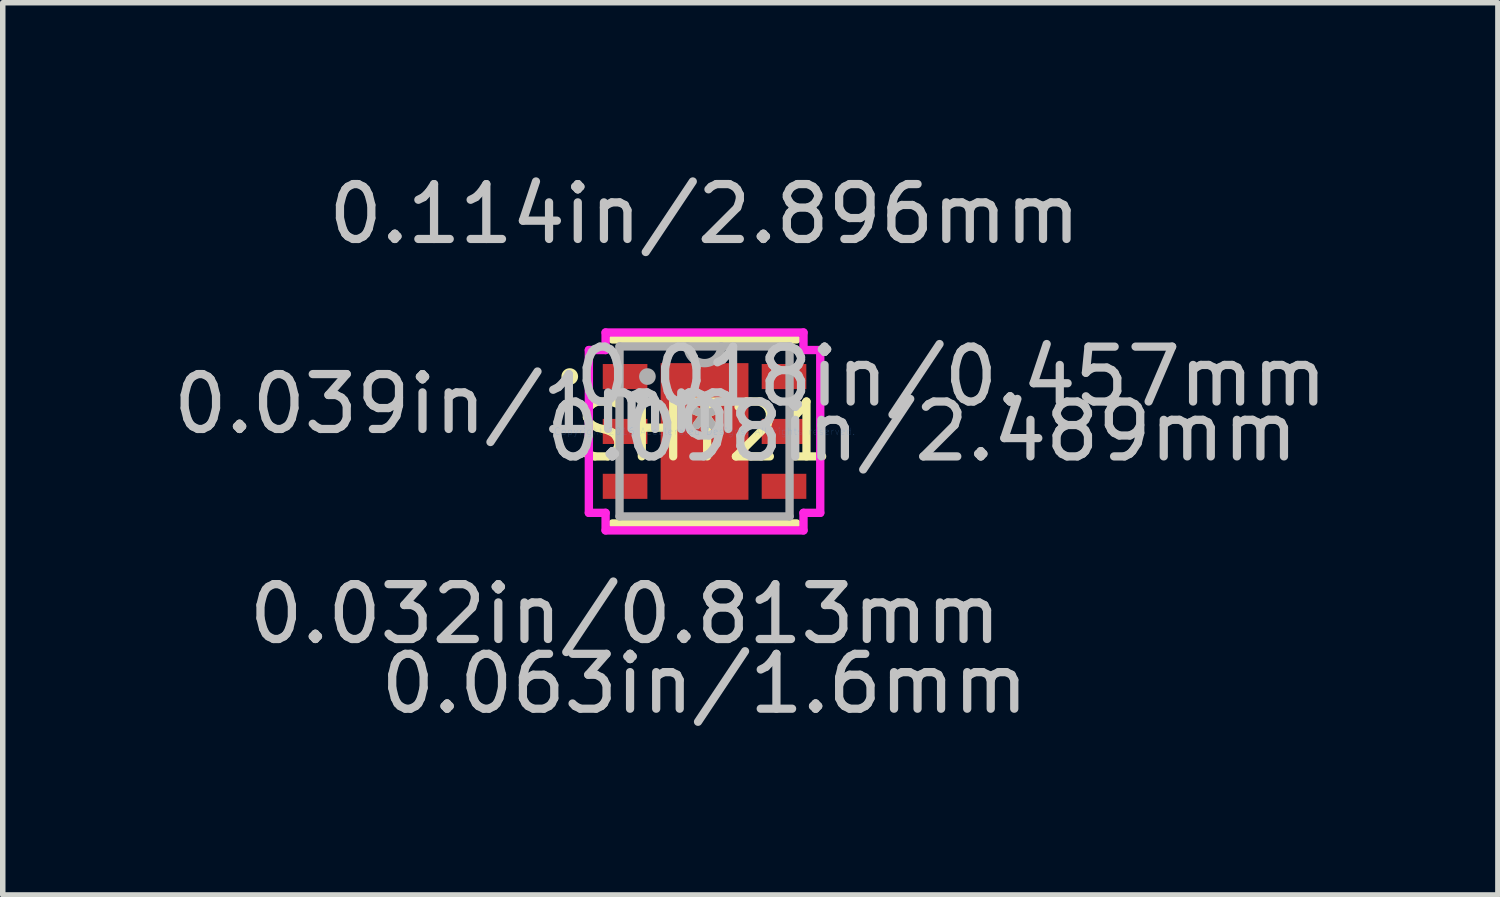
<source format=kicad_pcb>
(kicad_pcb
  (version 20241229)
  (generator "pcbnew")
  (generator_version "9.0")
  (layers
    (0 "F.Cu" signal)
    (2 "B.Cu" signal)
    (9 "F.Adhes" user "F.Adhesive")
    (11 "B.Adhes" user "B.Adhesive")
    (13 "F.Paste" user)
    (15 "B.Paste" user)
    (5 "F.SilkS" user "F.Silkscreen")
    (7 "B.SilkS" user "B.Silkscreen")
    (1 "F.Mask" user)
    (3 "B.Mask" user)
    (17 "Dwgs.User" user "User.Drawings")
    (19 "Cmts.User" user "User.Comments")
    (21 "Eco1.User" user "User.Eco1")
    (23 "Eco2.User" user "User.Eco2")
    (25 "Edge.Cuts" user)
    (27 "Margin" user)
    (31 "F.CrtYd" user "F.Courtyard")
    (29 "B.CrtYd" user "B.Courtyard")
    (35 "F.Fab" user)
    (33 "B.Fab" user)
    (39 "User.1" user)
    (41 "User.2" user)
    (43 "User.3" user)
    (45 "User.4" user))
  (footprint "SHT21"
    (layer "F.Cu")
    (at 9.787 4.811)
    (property "Reference" "SHT21" (at 0 0 0) (layer "F.SilkS") (effects (font (size 1 1) (thickness 0.15))))
    (attr through_hole)
    (fp_line (start -1.676 1.676) (end 1.676 1.676) (stroke (width 0.152) (type solid)) (layer "F.SilkS"))
    (fp_line (start 1.676 -1.676) (end -1.676 -1.676) (stroke (width 0.152) (type solid)) (layer "F.SilkS"))
    (fp_circle (center -2.456 -1) (end -2.38 -1) (stroke (width 0.152) (type solid)) (fill no) (layer "F.SilkS"))
    (fp_line (start -2.108 -1.483) (end -1.803 -1.483) (stroke (width 0.152) (type solid)) (layer "F.CrtYd"))
    (fp_line (start -2.108 1.483) (end -2.108 -1.483) (stroke (width 0.152) (type solid)) (layer "F.CrtYd"))
    (fp_line (start -1.803 -1.803) (end 1.803 -1.803) (stroke (width 0.152) (type solid)) (layer "F.CrtYd"))
    (fp_line (start -1.803 -1.483) (end -1.803 -1.803) (stroke (width 0.152) (type solid)) (layer "F.CrtYd"))
    (fp_line (start -1.803 1.483) (end -2.108 1.483) (stroke (width 0.152) (type solid)) (layer "F.CrtYd"))
    (fp_line (start -1.803 1.803) (end -1.803 1.483) (stroke (width 0.152) (type solid)) (layer "F.CrtYd"))
    (fp_line (start 1.803 -1.803) (end 1.803 -1.483) (stroke (width 0.152) (type solid)) (layer "F.CrtYd"))
    (fp_line (start 1.803 -1.483) (end 2.108 -1.483) (stroke (width 0.152) (type solid)) (layer "F.CrtYd"))
    (fp_line (start 1.803 1.483) (end 1.803 1.803) (stroke (width 0.152) (type solid)) (layer "F.CrtYd"))
    (fp_line (start 1.803 1.803) (end -1.803 1.803) (stroke (width 0.152) (type solid)) (layer "F.CrtYd"))
    (fp_line (start 2.108 -1.483) (end 2.108 1.483) (stroke (width 0.152) (type solid)) (layer "F.CrtYd"))
    (fp_line (start 2.108 1.483) (end 1.803 1.483) (stroke (width 0.152) (type solid)) (layer "F.CrtYd"))
    (fp_line (start -1.549 -1.549) (end -1.549 1.549) (stroke (width 0.152) (type solid)) (layer "F.Fab"))
    (fp_line (start -1.549 1.549) (end 1.549 1.549) (stroke (width 0.152) (type solid)) (layer "F.Fab"))
    (fp_line (start 1.549 -1.549) (end -1.549 -1.549) (stroke (width 0.152) (type solid)) (layer "F.Fab"))
    (fp_line (start 1.549 1.549) (end 1.549 -1.549) (stroke (width 0.152) (type solid)) (layer "F.Fab"))
    (fp_arc (start 0.3048 -1.5494) (mid 0 -1.2446) (end -0.3048 -1.5494) (stroke (width 0.1524) (type solid)) (layer "F.Fab"))
    (fp_circle (center -1.041 -1) (end -0.965 -1) (stroke (width 0.152) (type solid)) (fill no) (layer "F.Fab"))
    (fp_text user "*" (at 0 0 0) (layer "F.SilkS") (effects (font (size 1 1) (thickness 0.15))))
    (fp_text user "0.098in/2.489mm" (at 3.962 0 0) (layer "Dwgs.User") (effects (font (size 1 1) (thickness 0.15))))
    (fp_text user "0.114in/2.896mm" (at 0 -3.962 0) (layer "Dwgs.User") (effects (font (size 1 1) (thickness 0.15))))
    (fp_text user "0.039in/1mm" (at -4.496 -0.5 0) (layer "Dwgs.User") (effects (font (size 1 1) (thickness 0.15))))
    (fp_text user "0.063in/1.6mm" (at 0 4.597 0) (layer "Dwgs.User") (effects (font (size 1 1) (thickness 0.15))))
    (fp_text user "0.032in/0.813mm" (at -1.448 3.327 0) (layer "Dwgs.User") (effects (font (size 1 1) (thickness 0.15))))
    (fp_text user "0.018in/0.457mm" (at 4.496 -1 0) (layer "Dwgs.User") (effects (font (size 1 1) (thickness 0.15))))
    (fp_text user "Copyright 2016 Accelerated Designs. All rights reserved." (at 0 0 0) (layer "Cmts.User") (effects (font (size 0.127 0.127) (thickness 0.002))))
    (fp_text user "*" (at 0 0 0) (layer "F.Fab") (effects (font (size 1 1) (thickness 0.15))))
    (pad "1" smd rect (at -1.448 -1) (size 0.813 0.457) (layers "F.Cu" "F.Mask" "F.Paste"))
    (pad "2" smd rect (at -1.448 0) (size 0.813 0.457) (layers "F.Cu" "F.Mask" "F.Paste"))
    (pad "3" smd rect (at -1.448 1) (size 0.813 0.457) (layers "F.Cu" "F.Mask" "F.Paste"))
    (pad "4" smd rect (at 1.448 1) (size 0.813 0.457) (layers "F.Cu" "F.Mask" "F.Paste"))
    (pad "5" smd rect (at 1.448 0) (size 0.813 0.457) (layers "F.Cu" "F.Mask" "F.Paste"))
    (pad "6" smd rect (at 1.448 -1) (size 0.813 0.457) (layers "F.Cu" "F.Mask" "F.Paste"))
    (pad "7" smd rect (at 0 0) (size 1.6 2.489) (layers "F.Cu" "F.Mask" "F.Paste")))
  (gr_rect
    (start -3 -3)
    (end 24.242 13.256)
    (stroke (width 0.1) (type default))
    (fill no)
    (layer "Edge.Cuts")))
</source>
